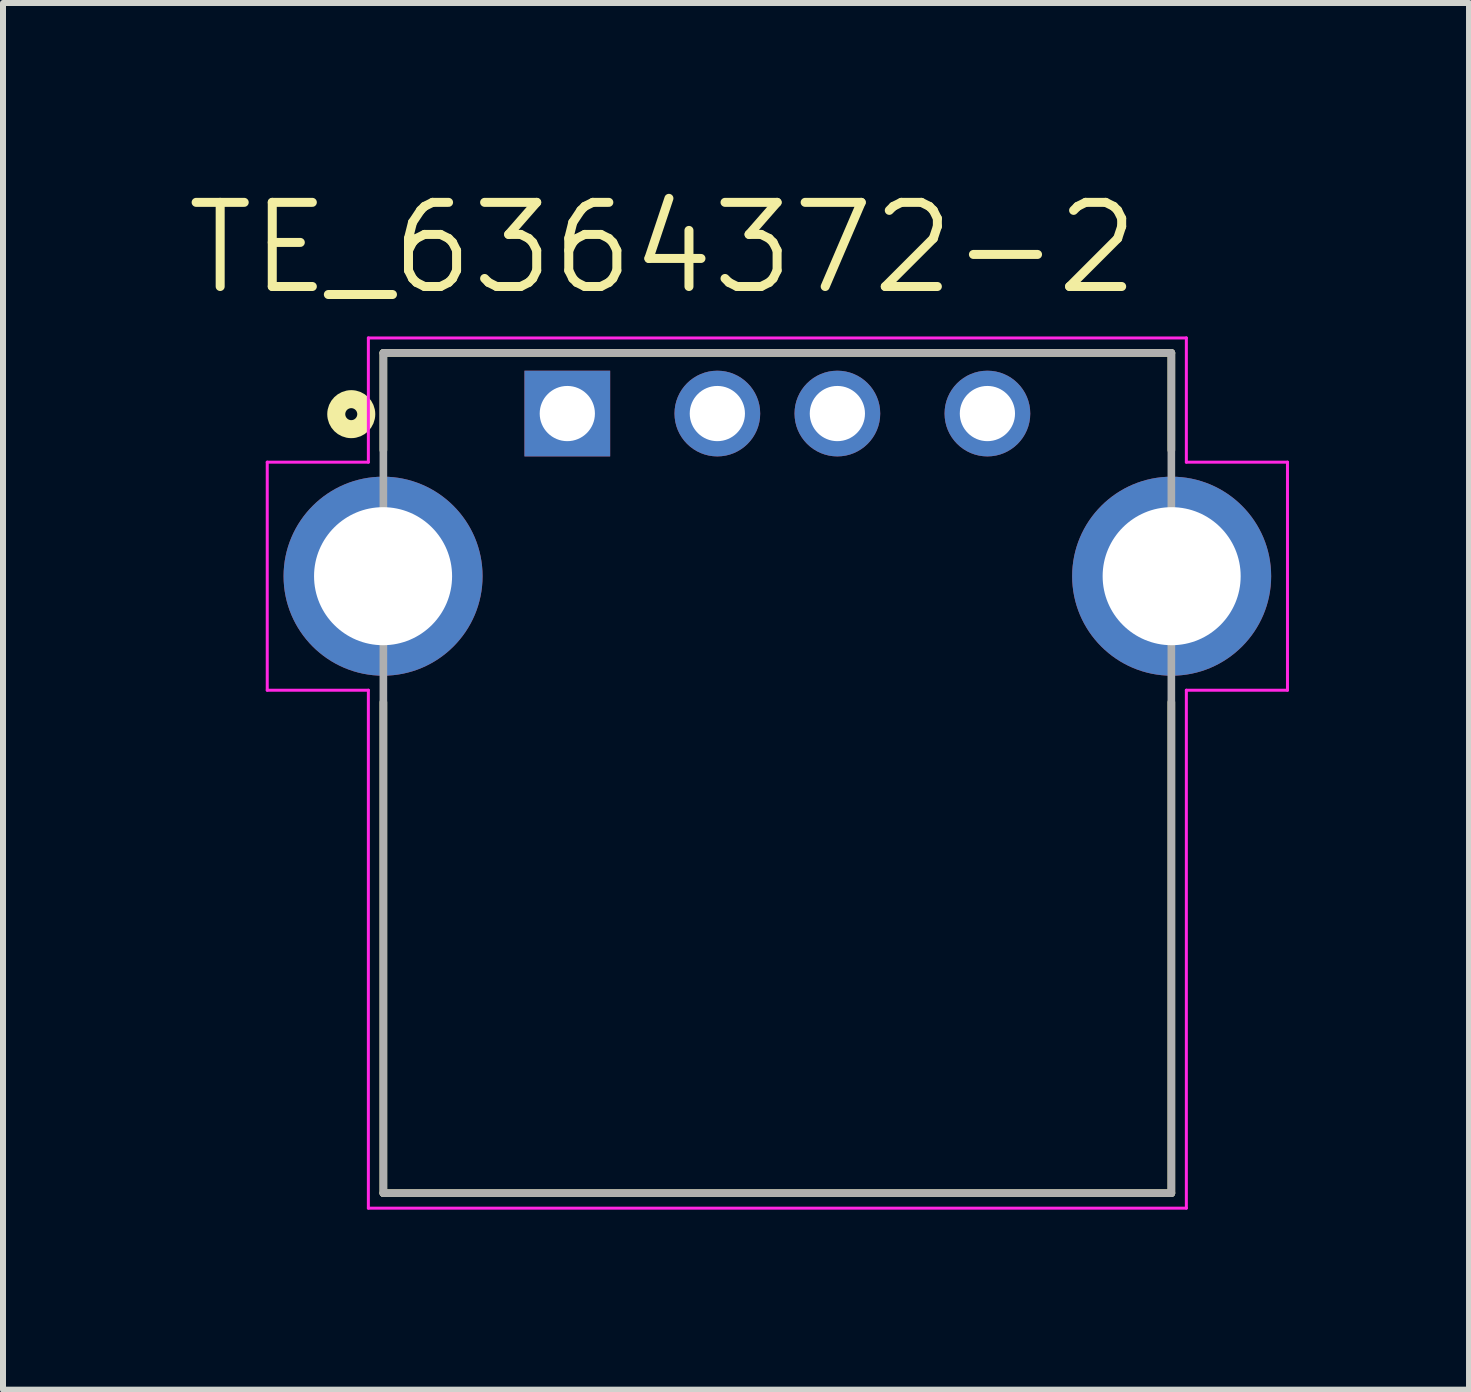
<source format=kicad_pcb>
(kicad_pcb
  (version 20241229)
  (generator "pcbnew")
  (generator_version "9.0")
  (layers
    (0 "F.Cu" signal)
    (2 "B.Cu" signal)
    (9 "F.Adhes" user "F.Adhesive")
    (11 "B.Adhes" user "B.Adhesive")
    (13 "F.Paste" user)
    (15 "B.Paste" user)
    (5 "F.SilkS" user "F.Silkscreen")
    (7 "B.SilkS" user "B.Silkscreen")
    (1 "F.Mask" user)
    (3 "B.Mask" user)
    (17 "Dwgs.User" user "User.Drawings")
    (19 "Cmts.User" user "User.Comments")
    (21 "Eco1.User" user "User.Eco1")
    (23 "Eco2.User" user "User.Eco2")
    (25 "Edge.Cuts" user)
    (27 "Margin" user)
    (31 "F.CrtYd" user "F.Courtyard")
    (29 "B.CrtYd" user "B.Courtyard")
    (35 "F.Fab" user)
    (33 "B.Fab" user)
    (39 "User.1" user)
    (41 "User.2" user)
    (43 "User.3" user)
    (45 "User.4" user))
  (footprint "TE_6364372-2"
    (layer "F.Cu")
    (at 9.903 6.551)
    (property "Reference" "TE_6364372-2" (at -1.907 -5.468 0) (layer "F.SilkS") (effects (font (size 1.402 1.402) (thickness 0.15))))
    (attr through_hole)
    (fp_line (start -6.565 -3.72) (end 6.565 -3.72) (stroke (width 0.127) (type solid)) (layer "F.SilkS"))
    (fp_line (start -6.565 -2.1) (end -6.565 -3.72) (stroke (width 0.127) (type solid)) (layer "F.SilkS"))
    (fp_line (start -6.565 10.28) (end -6.565 2.1) (stroke (width 0.127) (type solid)) (layer "F.SilkS"))
    (fp_line (start 6.565 -3.72) (end 6.565 -2.1) (stroke (width 0.127) (type solid)) (layer "F.SilkS"))
    (fp_line (start 6.565 2.1) (end 6.565 10.28) (stroke (width 0.127) (type solid)) (layer "F.SilkS"))
    (fp_line (start 6.565 10.28) (end -6.565 10.28) (stroke (width 0.127) (type solid)) (layer "F.SilkS"))
    (fp_circle (center -7.1 -2.7) (end -7 -2.7) (stroke (width 0.3) (type solid)) (fill no) (layer "F.SilkS"))
    (fp_line (start -8.5 -1.9) (end -6.815 -1.9) (stroke (width 0.05) (type solid)) (layer "F.CrtYd"))
    (fp_line (start -8.5 1.9) (end -8.5 -1.9) (stroke (width 0.05) (type solid)) (layer "F.CrtYd"))
    (fp_line (start -6.815 -3.97) (end 6.815 -3.97) (stroke (width 0.05) (type solid)) (layer "F.CrtYd"))
    (fp_line (start -6.815 -1.9) (end -6.815 -3.97) (stroke (width 0.05) (type solid)) (layer "F.CrtYd"))
    (fp_line (start -6.815 1.9) (end -8.5 1.9) (stroke (width 0.05) (type solid)) (layer "F.CrtYd"))
    (fp_line (start -6.815 10.53) (end -6.815 1.9) (stroke (width 0.05) (type solid)) (layer "F.CrtYd"))
    (fp_line (start 6.815 -3.97) (end 6.815 -1.9) (stroke (width 0.05) (type solid)) (layer "F.CrtYd"))
    (fp_line (start 6.815 -1.9) (end 8.5 -1.9) (stroke (width 0.05) (type solid)) (layer "F.CrtYd"))
    (fp_line (start 6.815 1.9) (end 6.815 10.53) (stroke (width 0.05) (type solid)) (layer "F.CrtYd"))
    (fp_line (start 6.815 10.53) (end -6.815 10.53) (stroke (width 0.05) (type solid)) (layer "F.CrtYd"))
    (fp_line (start 8.5 -1.9) (end 8.5 1.9) (stroke (width 0.05) (type solid)) (layer "F.CrtYd"))
    (fp_line (start 8.5 1.9) (end 6.815 1.9) (stroke (width 0.05) (type solid)) (layer "F.CrtYd"))
    (fp_line (start -6.565 -3.72) (end 6.565 -3.72) (stroke (width 0.127) (type solid)) (layer "F.Fab"))
    (fp_line (start -6.565 10.28) (end -6.565 -3.72) (stroke (width 0.127) (type solid)) (layer "F.Fab"))
    (fp_line (start 6.565 -3.72) (end 6.565 10.28) (stroke (width 0.127) (type solid)) (layer "F.Fab"))
    (fp_line (start 6.565 10.28) (end -6.565 10.28) (stroke (width 0.127) (type solid)) (layer "F.Fab"))
    (pad "1" thru_hole rect (at -3.5 -2.71) (size 1.428 1.428) (drill 0.92) (layers "*.Cu" "*.Mask"))
    (pad "2" thru_hole circle (at -1 -2.71) (size 1.428 1.428) (drill 0.92) (layers "*.Cu" "*.Mask"))
    (pad "3" thru_hole circle (at 1 -2.71) (size 1.428 1.428) (drill 0.92) (layers "*.Cu" "*.Mask"))
    (pad "4" thru_hole circle (at 3.5 -2.71) (size 1.428 1.428) (drill 0.92) (layers "*.Cu" "*.Mask"))
    (pad "5" thru_hole circle (at -6.57 0) (size 3.316 3.316) (drill 2.3) (layers "*.Cu" "*.Mask"))
    (pad "5" thru_hole circle (at 6.57 0) (size 3.316 3.316) (drill 2.3) (layers "*.Cu" "*.Mask")))
  (gr_rect
    (start -3 -3)
    (end 21.428 20.106)
    (stroke (width 0.1) (type default))
    (fill no)
    (layer "Edge.Cuts")))
</source>
